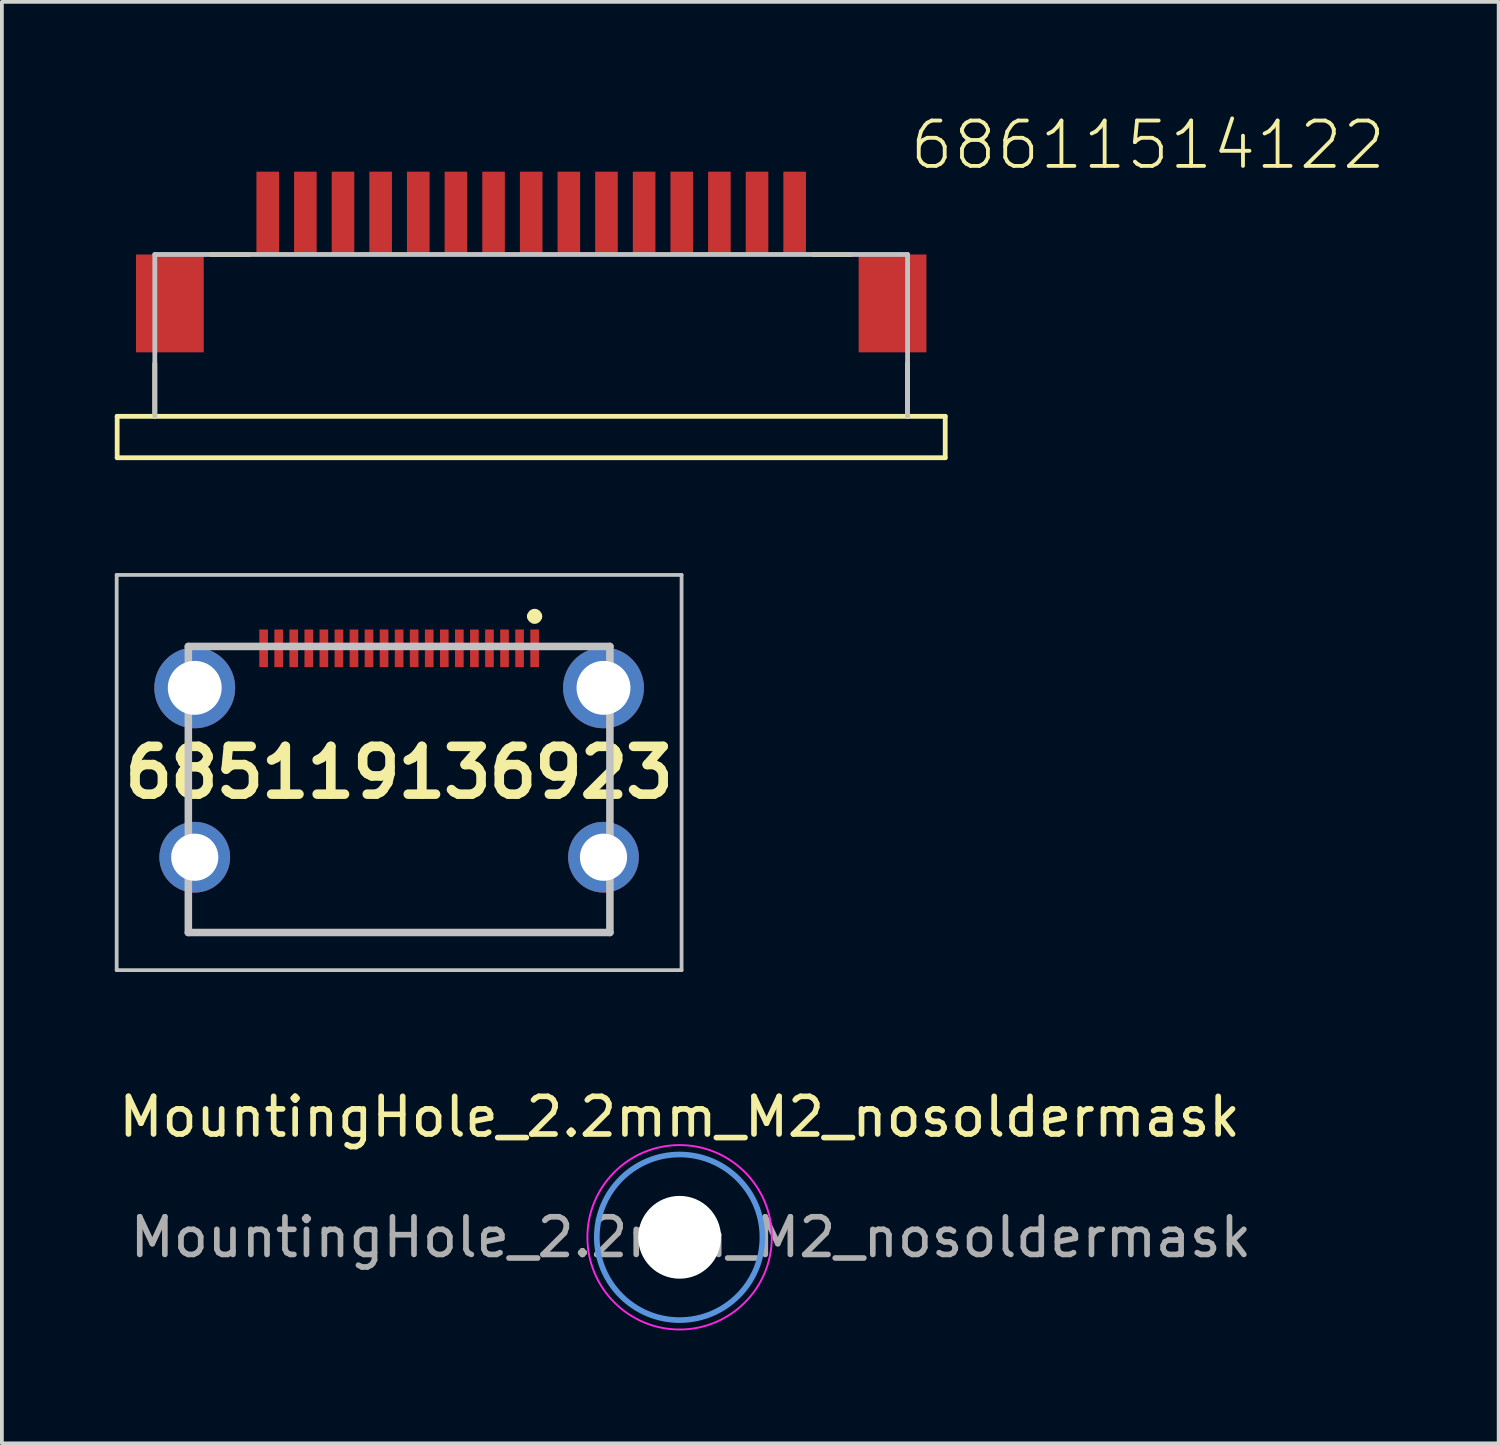
<source format=kicad_pcb>
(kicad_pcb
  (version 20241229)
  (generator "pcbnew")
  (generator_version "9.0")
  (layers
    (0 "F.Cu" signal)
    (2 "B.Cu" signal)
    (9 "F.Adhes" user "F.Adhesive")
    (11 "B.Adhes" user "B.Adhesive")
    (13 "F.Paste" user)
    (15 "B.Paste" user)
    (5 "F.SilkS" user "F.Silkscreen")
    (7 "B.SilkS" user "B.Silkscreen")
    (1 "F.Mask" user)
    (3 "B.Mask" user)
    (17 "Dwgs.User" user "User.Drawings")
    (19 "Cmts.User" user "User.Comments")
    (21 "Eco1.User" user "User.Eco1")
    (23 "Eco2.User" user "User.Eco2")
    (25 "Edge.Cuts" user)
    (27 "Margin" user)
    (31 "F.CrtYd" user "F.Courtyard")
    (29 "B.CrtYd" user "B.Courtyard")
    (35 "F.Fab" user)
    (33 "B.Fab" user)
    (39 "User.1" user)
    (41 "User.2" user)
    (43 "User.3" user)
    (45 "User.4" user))
  (footprint "685119136923"
    (layer "F.Cu")
    (at 7.554 17.475)
    (property "Reference" "685119136923" (at 0 0 0) (layer "F.SilkS") (effects (font (size 1.27 1.27) (thickness 0.254))))
    (attr through_hole)
    (fp_line (start -5.6 -0.85) (end -5.6 0.95) (stroke (width 0.1) (type solid)) (layer "F.SilkS"))
    (fp_line (start -5.6 3.65) (end -5.6 4.25) (stroke (width 0.1) (type solid)) (layer "F.SilkS"))
    (fp_line (start -5.6 4.25) (end 5.6 4.25) (stroke (width 0.1) (type solid)) (layer "F.SilkS"))
    (fp_line (start -4.8 -3.35) (end -4 -3.35) (stroke (width 0.1) (type solid)) (layer "F.SilkS"))
    (fp_line (start 3.5 -4.15) (end 3.5 -4.15) (stroke (width 0.2) (type solid)) (layer "F.SilkS"))
    (fp_line (start 3.7 -4.15) (end 3.7 -4.15) (stroke (width 0.2) (type solid)) (layer "F.SilkS"))
    (fp_line (start 4 -3.35) (end 4.8 -3.35) (stroke (width 0.1) (type solid)) (layer "F.SilkS"))
    (fp_line (start 5.6 -0.85) (end 5.6 0.95) (stroke (width 0.1) (type solid)) (layer "F.SilkS"))
    (fp_line (start 5.6 4.25) (end 5.6 3.65) (stroke (width 0.1) (type solid)) (layer "F.SilkS"))
    (fp_arc (start 3.5 -4.15) (mid 3.6 -4.25) (end 3.7 -4.15) (stroke (width 0.2) (type solid)) (layer "F.SilkS"))
    (fp_arc (start 3.7 -4.15) (mid 3.6 -4.05) (end 3.5 -4.15) (stroke (width 0.2) (type solid)) (layer "F.SilkS"))
    (fp_line (start -7.504 -5.25) (end 7.504 -5.25) (stroke (width 0.1) (type solid)) (layer "Dwgs.User"))
    (fp_line (start -7.504 5.25) (end -7.504 -5.25) (stroke (width 0.1) (type solid)) (layer "Dwgs.User"))
    (fp_line (start -5.6 -3.35) (end 5.6 -3.35) (stroke (width 0.2) (type solid)) (layer "Dwgs.User"))
    (fp_line (start -5.6 4.25) (end -5.6 -3.35) (stroke (width 0.2) (type solid)) (layer "Dwgs.User"))
    (fp_line (start 5.6 -3.35) (end 5.6 4.25) (stroke (width 0.2) (type solid)) (layer "Dwgs.User"))
    (fp_line (start 5.6 4.25) (end -5.6 4.25) (stroke (width 0.2) (type solid)) (layer "Dwgs.User"))
    (fp_line (start 7.504 -5.25) (end 7.504 5.25) (stroke (width 0.1) (type solid)) (layer "Dwgs.User"))
    (fp_line (start 7.504 5.25) (end -7.504 5.25) (stroke (width 0.1) (type solid)) (layer "Dwgs.User"))
    (pad "1" smd rect (at 3.6 -3.3) (size 0.23 1) (layers "F.Cu" "F.Mask" "F.Paste"))
    (pad "2" smd rect (at 3.2 -3.3) (size 0.23 1) (layers "F.Cu" "F.Mask" "F.Paste"))
    (pad "3" smd rect (at 2.8 -3.3) (size 0.23 1) (layers "F.Cu" "F.Mask" "F.Paste"))
    (pad "4" smd rect (at 2.4 -3.3) (size 0.23 1) (layers "F.Cu" "F.Mask" "F.Paste"))
    (pad "5" smd rect (at 2 -3.3) (size 0.23 1) (layers "F.Cu" "F.Mask" "F.Paste"))
    (pad "6" smd rect (at 1.6 -3.3) (size 0.23 1) (layers "F.Cu" "F.Mask" "F.Paste"))
    (pad "7" smd rect (at 1.2 -3.3) (size 0.23 1) (layers "F.Cu" "F.Mask" "F.Paste"))
    (pad "8" smd rect (at 0.8 -3.3) (size 0.23 1) (layers "F.Cu" "F.Mask" "F.Paste"))
    (pad "9" smd rect (at 0.4 -3.3) (size 0.23 1) (layers "F.Cu" "F.Mask" "F.Paste"))
    (pad "10" smd rect (at 0 -3.3) (size 0.23 1) (layers "F.Cu" "F.Mask" "F.Paste"))
    (pad "11" smd rect (at -0.4 -3.3) (size 0.23 1) (layers "F.Cu" "F.Mask" "F.Paste"))
    (pad "12" smd rect (at -0.8 -3.3) (size 0.23 1) (layers "F.Cu" "F.Mask" "F.Paste"))
    (pad "13" smd rect (at -1.2 -3.3) (size 0.23 1) (layers "F.Cu" "F.Mask" "F.Paste"))
    (pad "14" smd rect (at -1.6 -3.3) (size 0.23 1) (layers "F.Cu" "F.Mask" "F.Paste"))
    (pad "15" smd rect (at -2 -3.3) (size 0.23 1) (layers "F.Cu" "F.Mask" "F.Paste"))
    (pad "16" smd rect (at -2.4 -3.3) (size 0.23 1) (layers "F.Cu" "F.Mask" "F.Paste"))
    (pad "17" smd rect (at -2.8 -3.3) (size 0.23 1) (layers "F.Cu" "F.Mask" "F.Paste"))
    (pad "18" smd rect (at -3.2 -3.3) (size 0.23 1) (layers "F.Cu" "F.Mask" "F.Paste"))
    (pad "19" smd rect (at -3.6 -3.3) (size 0.23 1) (layers "F.Cu" "F.Mask" "F.Paste"))
    (pad "20" thru_hole circle (at -5.43 -2.25 90) (size 2.148 2.148) (drill 1.432) (layers "*.Cu" "*.Mask"))
    (pad "20" thru_hole circle (at -5.43 2.25 90) (size 1.879 1.879) (drill 1.253) (layers "*.Cu" "*.Mask"))
    (pad "20" thru_hole circle (at 5.43 -2.25 90) (size 2.148 2.148) (drill 1.432) (layers "*.Cu" "*.Mask"))
    (pad "20" thru_hole circle (at 5.43 2.25 90) (size 1.879 1.879) (drill 1.253) (layers "*.Cu" "*.Mask")))
  (footprint "MountingHole_2.2mm_M2_nosoldermask"
    (layer "F.Cu")
    (at 15.006 29.823)
    (property "Reference" "MountingHole_2.2mm_M2_nosoldermask" (at 0 -3.2 0) (layer "F.SilkS") (effects (font (size 1 1) (thickness 0.15))))
    (attr exclude_from_pos_files exclude_from_bom)
    (fp_circle (center 0 0) (end 2.2 0) (stroke (width 0.15) (type solid)) (fill no) (layer "Cmts.User"))
    (fp_circle (center 0 0) (end 2.45 0) (stroke (width 0.05) (type solid)) (fill no) (layer "F.CrtYd"))
    (fp_text user "${REFERENCE}" (at 0.3 0 0) (layer "F.Fab") (effects (font (size 1 1) (thickness 0.15))))
    (pad "" np_thru_hole circle (at 0 0) (size 2.2 2.2) (drill 2.2) (layers "*.Cu" "*.Mask")))
  (footprint "68611514122"
    (layer "F.Cu")
    (at 11.063 5.011)
    (property "Reference" "68611514122" (at 10 -3.5 0) (layer "F.SilkS") (effects (font (size 1.206 1.206) (thickness 0.102)) (justify left bottom)))
    (attr through_hole)
    (fp_line (start -11 3) (end -10 3) (stroke (width 0.127) (type solid)) (layer "F.SilkS"))
    (fp_line (start -11 4.1) (end -11 3) (stroke (width 0.127) (type solid)) (layer "F.SilkS"))
    (fp_line (start -10 1.6) (end -10 3) (stroke (width 0.127) (type solid)) (layer "F.SilkS"))
    (fp_line (start -10 3) (end 10 3) (stroke (width 0.127) (type solid)) (layer "F.SilkS"))
    (fp_line (start -8.5 -1.3) (end -7.5 -1.3) (stroke (width 0.127) (type solid)) (layer "F.SilkS"))
    (fp_line (start 7.5 -1.3) (end 8.5 -1.3) (stroke (width 0.127) (type solid)) (layer "F.SilkS"))
    (fp_line (start 10 1.6) (end 10 3) (stroke (width 0.127) (type solid)) (layer "F.SilkS"))
    (fp_line (start 10 3) (end 11 3) (stroke (width 0.127) (type solid)) (layer "F.SilkS"))
    (fp_line (start 11 3) (end 11 4.1) (stroke (width 0.127) (type solid)) (layer "F.SilkS"))
    (fp_line (start 11 4.1) (end -11 4.1) (stroke (width 0.127) (type solid)) (layer "F.SilkS"))
    (fp_line (start -10 -1.3) (end 10 -1.3) (stroke (width 0.127) (type solid)) (layer "Dwgs.User"))
    (fp_line (start -10 3) (end -10 -1.3) (stroke (width 0.127) (type solid)) (layer "Dwgs.User"))
    (fp_line (start 10 -1.3) (end 10 3) (stroke (width 0.127) (type solid)) (layer "Dwgs.User"))
    (pad "1" smd rect (at -7 -2.4) (size 0.6 2.2) (layers "F.Cu" "F.Mask" "F.Paste"))
    (pad "2" smd rect (at -6 -2.4) (size 0.6 2.2) (layers "F.Cu" "F.Mask" "F.Paste"))
    (pad "3" smd rect (at -5 -2.4) (size 0.6 2.2) (layers "F.Cu" "F.Mask" "F.Paste"))
    (pad "4" smd rect (at -4 -2.4) (size 0.6 2.2) (layers "F.Cu" "F.Mask" "F.Paste"))
    (pad "5" smd rect (at -3 -2.4) (size 0.6 2.2) (layers "F.Cu" "F.Mask" "F.Paste"))
    (pad "6" smd rect (at -2 -2.4) (size 0.6 2.2) (layers "F.Cu" "F.Mask" "F.Paste"))
    (pad "7" smd rect (at -1 -2.4) (size 0.6 2.2) (layers "F.Cu" "F.Mask" "F.Paste"))
    (pad "8" smd rect (at 0 -2.4) (size 0.6 2.2) (layers "F.Cu" "F.Mask" "F.Paste"))
    (pad "9" smd rect (at 1 -2.4) (size 0.6 2.2) (layers "F.Cu" "F.Mask" "F.Paste"))
    (pad "10" smd rect (at 2 -2.4) (size 0.6 2.2) (layers "F.Cu" "F.Mask" "F.Paste"))
    (pad "11" smd rect (at 3 -2.4) (size 0.6 2.2) (layers "F.Cu" "F.Mask" "F.Paste"))
    (pad "12" smd rect (at 4 -2.4) (size 0.6 2.2) (layers "F.Cu" "F.Mask" "F.Paste"))
    (pad "13" smd rect (at 5 -2.4) (size 0.6 2.2) (layers "F.Cu" "F.Mask" "F.Paste"))
    (pad "14" smd rect (at 6 -2.4) (size 0.6 2.2) (layers "F.Cu" "F.Mask" "F.Paste"))
    (pad "15" smd rect (at 7 -2.4) (size 0.6 2.2) (layers "F.Cu" "F.Mask" "F.Paste"))
    (pad "Z1" smd rect (at -9.6 0) (size 1.8 2.6) (layers "F.Cu" "F.Mask" "F.Paste"))
    (pad "Z2" smd rect (at 9.6 0) (size 1.8 2.6) (layers "F.Cu" "F.Mask" "F.Paste")))
  (gr_rect
    (start -3 -3)
    (end 36.767 35.298)
    (stroke (width 0.1) (type default))
    (fill no)
    (layer "Edge.Cuts")))
</source>
